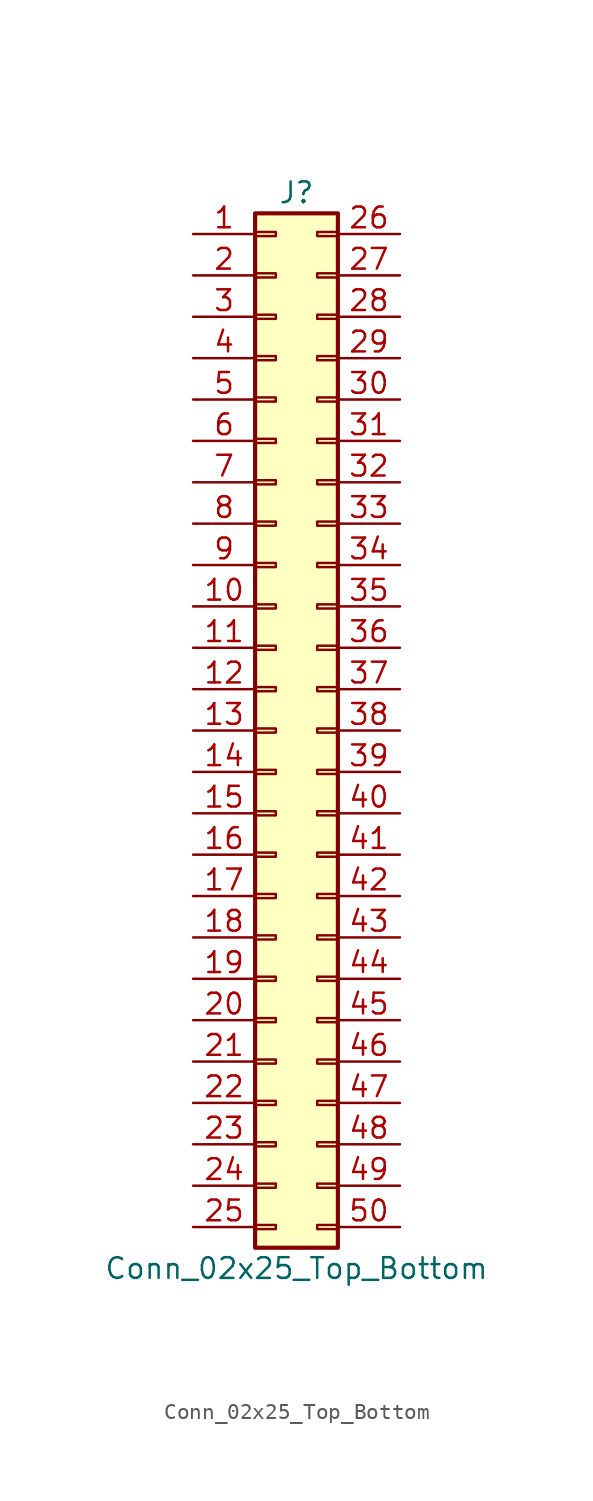
<source format=kicad_sym>
(kicad_symbol_lib
  (version 20220914)
  (generator kicad_symbol_editor)
  (symbol "Conn_02x25_Top_Bottom"
    (pin_names
      (offset 1.016) hide)
    (property "Reference" "J"
      (at 1.27 33.02 0)
      (effects (font (size 1.27 1.27))))
    (property "Value" "Conn_02x25_Top_Bottom"
      (at 1.27 -33.02 0)
      (effects (font (size 1.27 1.27))))
    (symbol "Conn_02x25_Top_Bottom_1_1"
      (rectangle (start -1.27 -30.353) (end 0 -30.607) (stroke (width 0.152) (type default)) (fill (type none)))
      (rectangle (start -1.27 -27.813) (end 0 -28.067) (stroke (width 0.152) (type default)) (fill (type none)))
      (rectangle (start -1.27 -25.273) (end 0 -25.527) (stroke (width 0.152) (type default)) (fill (type none)))
      (rectangle (start -1.27 -22.733) (end 0 -22.987) (stroke (width 0.152) (type default)) (fill (type none)))
      (rectangle (start -1.27 -20.193) (end 0 -20.447) (stroke (width 0.152) (type default)) (fill (type none)))
      (rectangle (start -1.27 -17.653) (end 0 -17.907) (stroke (width 0.152) (type default)) (fill (type none)))
      (rectangle (start -1.27 -15.113) (end 0 -15.367) (stroke (width 0.152) (type default)) (fill (type none)))
      (rectangle (start -1.27 -12.573) (end 0 -12.827) (stroke (width 0.152) (type default)) (fill (type none)))
      (rectangle (start -1.27 -10.033) (end 0 -10.287) (stroke (width 0.152) (type default)) (fill (type none)))
      (rectangle (start -1.27 -7.493) (end 0 -7.747) (stroke (width 0.152) (type default)) (fill (type none)))
      (rectangle (start -1.27 -4.953) (end 0 -5.207) (stroke (width 0.152) (type default)) (fill (type none)))
      (rectangle (start -1.27 -2.413) (end 0 -2.667) (stroke (width 0.152) (type default)) (fill (type none)))
      (rectangle (start -1.27 0.127) (end 0 -0.127) (stroke (width 0.152) (type default)) (fill (type none)))
      (rectangle (start -1.27 2.667) (end 0 2.413) (stroke (width 0.152) (type default)) (fill (type none)))
      (rectangle (start -1.27 5.207) (end 0 4.953) (stroke (width 0.152) (type default)) (fill (type none)))
      (rectangle (start -1.27 7.747) (end 0 7.493) (stroke (width 0.152) (type default)) (fill (type none)))
      (rectangle (start -1.27 10.287) (end 0 10.033) (stroke (width 0.152) (type default)) (fill (type none)))
      (rectangle (start -1.27 12.827) (end 0 12.573) (stroke (width 0.152) (type default)) (fill (type none)))
      (rectangle (start -1.27 15.367) (end 0 15.113) (stroke (width 0.152) (type default)) (fill (type none)))
      (rectangle (start -1.27 17.907) (end 0 17.653) (stroke (width 0.152) (type default)) (fill (type none)))
      (rectangle (start -1.27 20.447) (end 0 20.193) (stroke (width 0.152) (type default)) (fill (type none)))
      (rectangle (start -1.27 22.987) (end 0 22.733) (stroke (width 0.152) (type default)) (fill (type none)))
      (rectangle (start -1.27 25.527) (end 0 25.273) (stroke (width 0.152) (type default)) (fill (type none)))
      (rectangle (start -1.27 28.067) (end 0 27.813) (stroke (width 0.152) (type default)) (fill (type none)))
      (rectangle (start -1.27 30.607) (end 0 30.353) (stroke (width 0.152) (type default)) (fill (type none)))
      (rectangle (start -1.27 31.75) (end 3.81 -31.75) (stroke (width 0.254) (type default)) (fill (type background)))
      (rectangle (start 3.81 -30.353) (end 2.54 -30.607) (stroke (width 0.152) (type default)) (fill (type none)))
      (rectangle (start 3.81 -27.813) (end 2.54 -28.067) (stroke (width 0.152) (type default)) (fill (type none)))
      (rectangle (start 3.81 -25.273) (end 2.54 -25.527) (stroke (width 0.152) (type default)) (fill (type none)))
      (rectangle (start 3.81 -22.733) (end 2.54 -22.987) (stroke (width 0.152) (type default)) (fill (type none)))
      (rectangle (start 3.81 -20.193) (end 2.54 -20.447) (stroke (width 0.152) (type default)) (fill (type none)))
      (rectangle (start 3.81 -17.653) (end 2.54 -17.907) (stroke (width 0.152) (type default)) (fill (type none)))
      (rectangle (start 3.81 -15.113) (end 2.54 -15.367) (stroke (width 0.152) (type default)) (fill (type none)))
      (rectangle (start 3.81 -12.573) (end 2.54 -12.827) (stroke (width 0.152) (type default)) (fill (type none)))
      (rectangle (start 3.81 -10.033) (end 2.54 -10.287) (stroke (width 0.152) (type default)) (fill (type none)))
      (rectangle (start 3.81 -7.493) (end 2.54 -7.747) (stroke (width 0.152) (type default)) (fill (type none)))
      (rectangle (start 3.81 -4.953) (end 2.54 -5.207) (stroke (width 0.152) (type default)) (fill (type none)))
      (rectangle (start 3.81 -2.413) (end 2.54 -2.667) (stroke (width 0.152) (type default)) (fill (type none)))
      (rectangle (start 3.81 0.127) (end 2.54 -0.127) (stroke (width 0.152) (type default)) (fill (type none)))
      (rectangle (start 3.81 2.667) (end 2.54 2.413) (stroke (width 0.152) (type default)) (fill (type none)))
      (rectangle (start 3.81 5.207) (end 2.54 4.953) (stroke (width 0.152) (type default)) (fill (type none)))
      (rectangle (start 3.81 7.747) (end 2.54 7.493) (stroke (width 0.152) (type default)) (fill (type none)))
      (rectangle (start 3.81 10.287) (end 2.54 10.033) (stroke (width 0.152) (type default)) (fill (type none)))
      (rectangle (start 3.81 12.827) (end 2.54 12.573) (stroke (width 0.152) (type default)) (fill (type none)))
      (rectangle (start 3.81 15.367) (end 2.54 15.113) (stroke (width 0.152) (type default)) (fill (type none)))
      (rectangle (start 3.81 17.907) (end 2.54 17.653) (stroke (width 0.152) (type default)) (fill (type none)))
      (rectangle (start 3.81 20.447) (end 2.54 20.193) (stroke (width 0.152) (type default)) (fill (type none)))
      (rectangle (start 3.81 22.987) (end 2.54 22.733) (stroke (width 0.152) (type default)) (fill (type none)))
      (rectangle (start 3.81 25.527) (end 2.54 25.273) (stroke (width 0.152) (type default)) (fill (type none)))
      (rectangle (start 3.81 28.067) (end 2.54 27.813) (stroke (width 0.152) (type default)) (fill (type none)))
      (rectangle (start 3.81 30.607) (end 2.54 30.353) (stroke (width 0.152) (type default)) (fill (type none)))
      (pin passive line (at -5.08 30.48 0) (length 3.81) (name "Pin_1" (effects (font (size 1.27 1.27)))) (number "1" (effects (font (size 1.27 1.27)))))
      (pin passive line (at -5.08 7.62 0) (length 3.81) (name "Pin_10" (effects (font (size 1.27 1.27)))) (number "10" (effects (font (size 1.27 1.27)))))
      (pin passive line (at -5.08 5.08 0) (length 3.81) (name "Pin_11" (effects (font (size 1.27 1.27)))) (number "11" (effects (font (size 1.27 1.27)))))
      (pin passive line (at -5.08 2.54 0) (length 3.81) (name "Pin_12" (effects (font (size 1.27 1.27)))) (number "12" (effects (font (size 1.27 1.27)))))
      (pin passive line (at -5.08 0 0) (length 3.81) (name "Pin_13" (effects (font (size 1.27 1.27)))) (number "13" (effects (font (size 1.27 1.27)))))
      (pin passive line (at -5.08 -2.54 0) (length 3.81) (name "Pin_14" (effects (font (size 1.27 1.27)))) (number "14" (effects (font (size 1.27 1.27)))))
      (pin passive line (at -5.08 -5.08 0) (length 3.81) (name "Pin_15" (effects (font (size 1.27 1.27)))) (number "15" (effects (font (size 1.27 1.27)))))
      (pin passive line (at -5.08 -7.62 0) (length 3.81) (name "Pin_16" (effects (font (size 1.27 1.27)))) (number "16" (effects (font (size 1.27 1.27)))))
      (pin passive line (at -5.08 -10.16 0) (length 3.81) (name "Pin_17" (effects (font (size 1.27 1.27)))) (number "17" (effects (font (size 1.27 1.27)))))
      (pin passive line (at -5.08 -12.7 0) (length 3.81) (name "Pin_18" (effects (font (size 1.27 1.27)))) (number "18" (effects (font (size 1.27 1.27)))))
      (pin passive line (at -5.08 -15.24 0) (length 3.81) (name "Pin_19" (effects (font (size 1.27 1.27)))) (number "19" (effects (font (size 1.27 1.27)))))
      (pin passive line (at -5.08 27.94 0) (length 3.81) (name "Pin_2" (effects (font (size 1.27 1.27)))) (number "2" (effects (font (size 1.27 1.27)))))
      (pin passive line (at -5.08 -17.78 0) (length 3.81) (name "Pin_20" (effects (font (size 1.27 1.27)))) (number "20" (effects (font (size 1.27 1.27)))))
      (pin passive line (at -5.08 -20.32 0) (length 3.81) (name "Pin_21" (effects (font (size 1.27 1.27)))) (number "21" (effects (font (size 1.27 1.27)))))
      (pin passive line (at -5.08 -22.86 0) (length 3.81) (name "Pin_22" (effects (font (size 1.27 1.27)))) (number "22" (effects (font (size 1.27 1.27)))))
      (pin passive line (at -5.08 -25.4 0) (length 3.81) (name "Pin_23" (effects (font (size 1.27 1.27)))) (number "23" (effects (font (size 1.27 1.27)))))
      (pin passive line (at -5.08 -27.94 0) (length 3.81) (name "Pin_24" (effects (font (size 1.27 1.27)))) (number "24" (effects (font (size 1.27 1.27)))))
      (pin passive line (at -5.08 -30.48 0) (length 3.81) (name "Pin_25" (effects (font (size 1.27 1.27)))) (number "25" (effects (font (size 1.27 1.27)))))
      (pin passive line (at 7.62 30.48 180) (length 3.81) (name "Pin_26" (effects (font (size 1.27 1.27)))) (number "26" (effects (font (size 1.27 1.27)))))
      (pin passive line (at 7.62 27.94 180) (length 3.81) (name "Pin_27" (effects (font (size 1.27 1.27)))) (number "27" (effects (font (size 1.27 1.27)))))
      (pin passive line (at 7.62 25.4 180) (length 3.81) (name "Pin_28" (effects (font (size 1.27 1.27)))) (number "28" (effects (font (size 1.27 1.27)))))
      (pin passive line (at 7.62 22.86 180) (length 3.81) (name "Pin_29" (effects (font (size 1.27 1.27)))) (number "29" (effects (font (size 1.27 1.27)))))
      (pin passive line (at -5.08 25.4 0) (length 3.81) (name "Pin_3" (effects (font (size 1.27 1.27)))) (number "3" (effects (font (size 1.27 1.27)))))
      (pin passive line (at 7.62 20.32 180) (length 3.81) (name "Pin_30" (effects (font (size 1.27 1.27)))) (number "30" (effects (font (size 1.27 1.27)))))
      (pin passive line (at 7.62 17.78 180) (length 3.81) (name "Pin_31" (effects (font (size 1.27 1.27)))) (number "31" (effects (font (size 1.27 1.27)))))
      (pin passive line (at 7.62 15.24 180) (length 3.81) (name "Pin_32" (effects (font (size 1.27 1.27)))) (number "32" (effects (font (size 1.27 1.27)))))
      (pin passive line (at 7.62 12.7 180) (length 3.81) (name "Pin_33" (effects (font (size 1.27 1.27)))) (number "33" (effects (font (size 1.27 1.27)))))
      (pin passive line (at 7.62 10.16 180) (length 3.81) (name "Pin_34" (effects (font (size 1.27 1.27)))) (number "34" (effects (font (size 1.27 1.27)))))
      (pin passive line (at 7.62 7.62 180) (length 3.81) (name "Pin_35" (effects (font (size 1.27 1.27)))) (number "35" (effects (font (size 1.27 1.27)))))
      (pin passive line (at 7.62 5.08 180) (length 3.81) (name "Pin_36" (effects (font (size 1.27 1.27)))) (number "36" (effects (font (size 1.27 1.27)))))
      (pin passive line (at 7.62 2.54 180) (length 3.81) (name "Pin_37" (effects (font (size 1.27 1.27)))) (number "37" (effects (font (size 1.27 1.27)))))
      (pin passive line (at 7.62 0 180) (length 3.81) (name "Pin_38" (effects (font (size 1.27 1.27)))) (number "38" (effects (font (size 1.27 1.27)))))
      (pin passive line (at 7.62 -2.54 180) (length 3.81) (name "Pin_39" (effects (font (size 1.27 1.27)))) (number "39" (effects (font (size 1.27 1.27)))))
      (pin passive line (at -5.08 22.86 0) (length 3.81) (name "Pin_4" (effects (font (size 1.27 1.27)))) (number "4" (effects (font (size 1.27 1.27)))))
      (pin passive line (at 7.62 -5.08 180) (length 3.81) (name "Pin_40" (effects (font (size 1.27 1.27)))) (number "40" (effects (font (size 1.27 1.27)))))
      (pin passive line (at 7.62 -7.62 180) (length 3.81) (name "Pin_41" (effects (font (size 1.27 1.27)))) (number "41" (effects (font (size 1.27 1.27)))))
      (pin passive line (at 7.62 -10.16 180) (length 3.81) (name "Pin_42" (effects (font (size 1.27 1.27)))) (number "42" (effects (font (size 1.27 1.27)))))
      (pin passive line (at 7.62 -12.7 180) (length 3.81) (name "Pin_43" (effects (font (size 1.27 1.27)))) (number "43" (effects (font (size 1.27 1.27)))))
      (pin passive line (at 7.62 -15.24 180) (length 3.81) (name "Pin_44" (effects (font (size 1.27 1.27)))) (number "44" (effects (font (size 1.27 1.27)))))
      (pin passive line (at 7.62 -17.78 180) (length 3.81) (name "Pin_45" (effects (font (size 1.27 1.27)))) (number "45" (effects (font (size 1.27 1.27)))))
      (pin passive line (at 7.62 -20.32 180) (length 3.81) (name "Pin_46" (effects (font (size 1.27 1.27)))) (number "46" (effects (font (size 1.27 1.27)))))
      (pin passive line (at 7.62 -22.86 180) (length 3.81) (name "Pin_47" (effects (font (size 1.27 1.27)))) (number "47" (effects (font (size 1.27 1.27)))))
      (pin passive line (at 7.62 -25.4 180) (length 3.81) (name "Pin_48" (effects (font (size 1.27 1.27)))) (number "48" (effects (font (size 1.27 1.27)))))
      (pin passive line (at 7.62 -27.94 180) (length 3.81) (name "Pin_49" (effects (font (size 1.27 1.27)))) (number "49" (effects (font (size 1.27 1.27)))))
      (pin passive line (at -5.08 20.32 0) (length 3.81) (name "Pin_5" (effects (font (size 1.27 1.27)))) (number "5" (effects (font (size 1.27 1.27)))))
      (pin passive line (at 7.62 -30.48 180) (length 3.81) (name "Pin_50" (effects (font (size 1.27 1.27)))) (number "50" (effects (font (size 1.27 1.27)))))
      (pin passive line (at -5.08 17.78 0) (length 3.81) (name "Pin_6" (effects (font (size 1.27 1.27)))) (number "6" (effects (font (size 1.27 1.27)))))
      (pin passive line (at -5.08 15.24 0) (length 3.81) (name "Pin_7" (effects (font (size 1.27 1.27)))) (number "7" (effects (font (size 1.27 1.27)))))
      (pin passive line (at -5.08 12.7 0) (length 3.81) (name "Pin_8" (effects (font (size 1.27 1.27)))) (number "8" (effects (font (size 1.27 1.27)))))
      (pin passive line (at -5.08 10.16 0) (length 3.81) (name "Pin_9" (effects (font (size 1.27 1.27)))) (number "9" (effects (font (size 1.27 1.27))))))))
</source>
